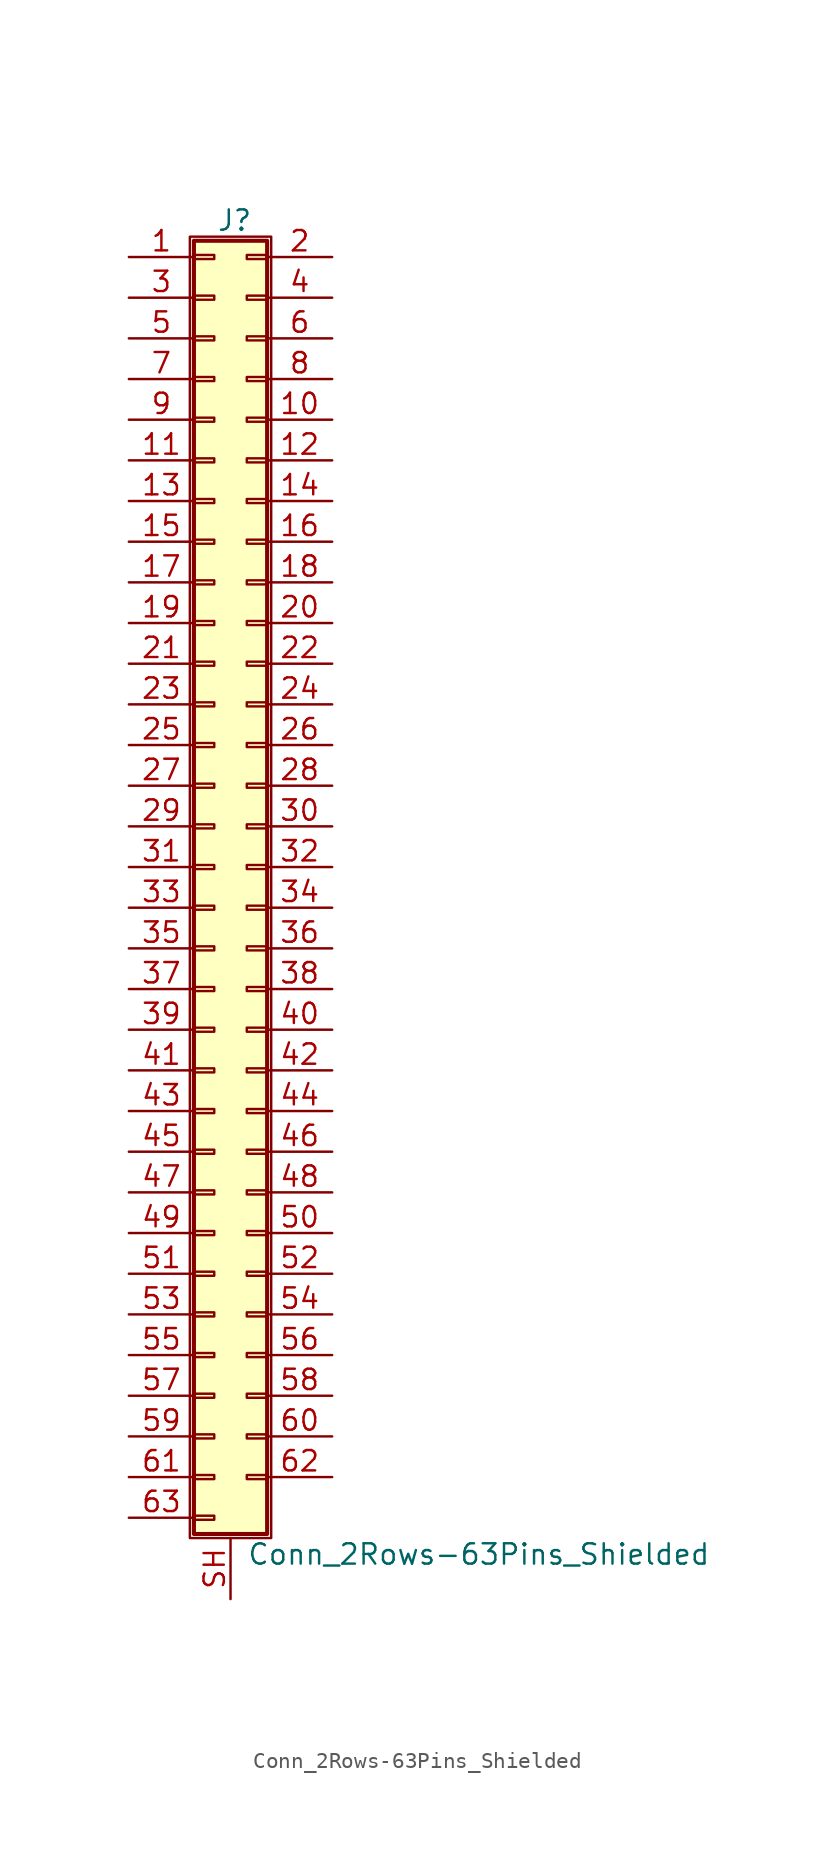
<source format=kicad_sym>
(kicad_symbol_lib
  (version 20220914)
  (generator kicad_symbol_editor)
  (symbol "Conn_2Rows-63Pins_Shielded"
    (pin_names
      (offset 1.016) hide)
    (property "Reference" "J"
      (at 1.524 40.386 0)
      (effects (font (size 1.27 1.27))))
    (property "Value" "Conn_2Rows-63Pins_Shielded"
      (at 2.286 -42.926 0)
      (effects (font (size 1.27 1.27)) (justify left)))
    (symbol "Conn_2Rows-63Pins_Shielded_1_1"
      (rectangle (start -1.27 39.37) (end 3.81 -41.91) (stroke (width 0.152) (type default)) (fill (type none)))
      (rectangle (start -1.016 -40.513) (end 0.254 -40.767) (stroke (width 0.152) (type default)) (fill (type none)))
      (rectangle (start -1.016 -37.973) (end 0.254 -38.227) (stroke (width 0.152) (type default)) (fill (type none)))
      (rectangle (start -1.016 -35.433) (end 0.254 -35.687) (stroke (width 0.152) (type default)) (fill (type none)))
      (rectangle (start -1.016 -32.893) (end 0.254 -33.147) (stroke (width 0.152) (type default)) (fill (type none)))
      (rectangle (start -1.016 -30.353) (end 0.254 -30.607) (stroke (width 0.152) (type default)) (fill (type none)))
      (rectangle (start -1.016 -27.813) (end 0.254 -28.067) (stroke (width 0.152) (type default)) (fill (type none)))
      (rectangle (start -1.016 -25.273) (end 0.254 -25.527) (stroke (width 0.152) (type default)) (fill (type none)))
      (rectangle (start -1.016 -22.733) (end 0.254 -22.987) (stroke (width 0.152) (type default)) (fill (type none)))
      (rectangle (start -1.016 -20.193) (end 0.254 -20.447) (stroke (width 0.152) (type default)) (fill (type none)))
      (rectangle (start -1.016 -17.653) (end 0.254 -17.907) (stroke (width 0.152) (type default)) (fill (type none)))
      (rectangle (start -1.016 -15.113) (end 0.254 -15.367) (stroke (width 0.152) (type default)) (fill (type none)))
      (rectangle (start -1.016 -12.573) (end 0.254 -12.827) (stroke (width 0.152) (type default)) (fill (type none)))
      (rectangle (start -1.016 -10.033) (end 0.254 -10.287) (stroke (width 0.152) (type default)) (fill (type none)))
      (rectangle (start -1.016 -7.493) (end 0.254 -7.747) (stroke (width 0.152) (type default)) (fill (type none)))
      (rectangle (start -1.016 -4.953) (end 0.254 -5.207) (stroke (width 0.152) (type default)) (fill (type none)))
      (rectangle (start -1.016 -2.413) (end 0.254 -2.667) (stroke (width 0.152) (type default)) (fill (type none)))
      (rectangle (start -1.016 0.127) (end 0.254 -0.127) (stroke (width 0.152) (type default)) (fill (type none)))
      (rectangle (start -1.016 2.667) (end 0.254 2.413) (stroke (width 0.152) (type default)) (fill (type none)))
      (rectangle (start -1.016 5.207) (end 0.254 4.953) (stroke (width 0.152) (type default)) (fill (type none)))
      (rectangle (start -1.016 7.747) (end 0.254 7.493) (stroke (width 0.152) (type default)) (fill (type none)))
      (rectangle (start -1.016 10.287) (end 0.254 10.033) (stroke (width 0.152) (type default)) (fill (type none)))
      (rectangle (start -1.016 12.827) (end 0.254 12.573) (stroke (width 0.152) (type default)) (fill (type none)))
      (rectangle (start -1.016 15.367) (end 0.254 15.113) (stroke (width 0.152) (type default)) (fill (type none)))
      (rectangle (start -1.016 17.907) (end 0.254 17.653) (stroke (width 0.152) (type default)) (fill (type none)))
      (rectangle (start -1.016 20.447) (end 0.254 20.193) (stroke (width 0.152) (type default)) (fill (type none)))
      (rectangle (start -1.016 22.987) (end 0.254 22.733) (stroke (width 0.152) (type default)) (fill (type none)))
      (rectangle (start -1.016 25.527) (end 0.254 25.273) (stroke (width 0.152) (type default)) (fill (type none)))
      (rectangle (start -1.016 28.067) (end 0.254 27.813) (stroke (width 0.152) (type default)) (fill (type none)))
      (rectangle (start -1.016 30.607) (end 0.254 30.353) (stroke (width 0.152) (type default)) (fill (type none)))
      (rectangle (start -1.016 33.147) (end 0.254 32.893) (stroke (width 0.152) (type default)) (fill (type none)))
      (rectangle (start -1.016 35.687) (end 0.254 35.433) (stroke (width 0.152) (type default)) (fill (type none)))
      (rectangle (start -1.016 38.227) (end 0.254 37.973) (stroke (width 0.152) (type default)) (fill (type none)))
      (rectangle (start -1.016 39.116) (end 3.556 -41.656) (stroke (width 0.254) (type default)) (fill (type background)))
      (rectangle (start 3.556 -37.973) (end 2.286 -38.227) (stroke (width 0.152) (type default)) (fill (type none)))
      (rectangle (start 3.556 -35.433) (end 2.286 -35.687) (stroke (width 0.152) (type default)) (fill (type none)))
      (rectangle (start 3.556 -32.893) (end 2.286 -33.147) (stroke (width 0.152) (type default)) (fill (type none)))
      (rectangle (start 3.556 -30.353) (end 2.286 -30.607) (stroke (width 0.152) (type default)) (fill (type none)))
      (rectangle (start 3.556 -27.813) (end 2.286 -28.067) (stroke (width 0.152) (type default)) (fill (type none)))
      (rectangle (start 3.556 -25.273) (end 2.286 -25.527) (stroke (width 0.152) (type default)) (fill (type none)))
      (rectangle (start 3.556 -22.733) (end 2.286 -22.987) (stroke (width 0.152) (type default)) (fill (type none)))
      (rectangle (start 3.556 -20.193) (end 2.286 -20.447) (stroke (width 0.152) (type default)) (fill (type none)))
      (rectangle (start 3.556 -17.653) (end 2.286 -17.907) (stroke (width 0.152) (type default)) (fill (type none)))
      (rectangle (start 3.556 -15.113) (end 2.286 -15.367) (stroke (width 0.152) (type default)) (fill (type none)))
      (rectangle (start 3.556 -12.573) (end 2.286 -12.827) (stroke (width 0.152) (type default)) (fill (type none)))
      (rectangle (start 3.556 -10.033) (end 2.286 -10.287) (stroke (width 0.152) (type default)) (fill (type none)))
      (rectangle (start 3.556 -7.493) (end 2.286 -7.747) (stroke (width 0.152) (type default)) (fill (type none)))
      (rectangle (start 3.556 -4.953) (end 2.286 -5.207) (stroke (width 0.152) (type default)) (fill (type none)))
      (rectangle (start 3.556 -2.413) (end 2.286 -2.667) (stroke (width 0.152) (type default)) (fill (type none)))
      (rectangle (start 3.556 0.127) (end 2.286 -0.127) (stroke (width 0.152) (type default)) (fill (type none)))
      (rectangle (start 3.556 2.667) (end 2.286 2.413) (stroke (width 0.152) (type default)) (fill (type none)))
      (rectangle (start 3.556 5.207) (end 2.286 4.953) (stroke (width 0.152) (type default)) (fill (type none)))
      (rectangle (start 3.556 7.747) (end 2.286 7.493) (stroke (width 0.152) (type default)) (fill (type none)))
      (rectangle (start 3.556 10.287) (end 2.286 10.033) (stroke (width 0.152) (type default)) (fill (type none)))
      (rectangle (start 3.556 12.827) (end 2.286 12.573) (stroke (width 0.152) (type default)) (fill (type none)))
      (rectangle (start 3.556 15.367) (end 2.286 15.113) (stroke (width 0.152) (type default)) (fill (type none)))
      (rectangle (start 3.556 17.907) (end 2.286 17.653) (stroke (width 0.152) (type default)) (fill (type none)))
      (rectangle (start 3.556 20.447) (end 2.286 20.193) (stroke (width 0.152) (type default)) (fill (type none)))
      (rectangle (start 3.556 22.987) (end 2.286 22.733) (stroke (width 0.152) (type default)) (fill (type none)))
      (rectangle (start 3.556 25.527) (end 2.286 25.273) (stroke (width 0.152) (type default)) (fill (type none)))
      (rectangle (start 3.556 28.067) (end 2.286 27.813) (stroke (width 0.152) (type default)) (fill (type none)))
      (rectangle (start 3.556 30.607) (end 2.286 30.353) (stroke (width 0.152) (type default)) (fill (type none)))
      (rectangle (start 3.556 33.147) (end 2.286 32.893) (stroke (width 0.152) (type default)) (fill (type none)))
      (rectangle (start 3.556 35.687) (end 2.286 35.433) (stroke (width 0.152) (type default)) (fill (type none)))
      (rectangle (start 3.556 38.227) (end 2.286 37.973) (stroke (width 0.152) (type default)) (fill (type none)))
      (pin passive line (at -5.08 38.1 0) (length 4.064) (name "Pin_1" (effects (font (size 1.27 1.27)))) (number "1" (effects (font (size 1.27 1.27)))))
      (pin passive line (at 7.62 27.94 180) (length 4.064) (name "Pin_10" (effects (font (size 1.27 1.27)))) (number "10" (effects (font (size 1.27 1.27)))))
      (pin passive line (at -5.08 25.4 0) (length 4.064) (name "Pin_11" (effects (font (size 1.27 1.27)))) (number "11" (effects (font (size 1.27 1.27)))))
      (pin passive line (at 7.62 25.4 180) (length 4.064) (name "Pin_12" (effects (font (size 1.27 1.27)))) (number "12" (effects (font (size 1.27 1.27)))))
      (pin passive line (at -5.08 22.86 0) (length 4.064) (name "Pin_13" (effects (font (size 1.27 1.27)))) (number "13" (effects (font (size 1.27 1.27)))))
      (pin passive line (at 7.62 22.86 180) (length 4.064) (name "Pin_14" (effects (font (size 1.27 1.27)))) (number "14" (effects (font (size 1.27 1.27)))))
      (pin passive line (at -5.08 20.32 0) (length 4.064) (name "Pin_15" (effects (font (size 1.27 1.27)))) (number "15" (effects (font (size 1.27 1.27)))))
      (pin passive line (at 7.62 20.32 180) (length 4.064) (name "Pin_16" (effects (font (size 1.27 1.27)))) (number "16" (effects (font (size 1.27 1.27)))))
      (pin passive line (at -5.08 17.78 0) (length 4.064) (name "Pin_17" (effects (font (size 1.27 1.27)))) (number "17" (effects (font (size 1.27 1.27)))))
      (pin passive line (at 7.62 17.78 180) (length 4.064) (name "Pin_18" (effects (font (size 1.27 1.27)))) (number "18" (effects (font (size 1.27 1.27)))))
      (pin passive line (at -5.08 15.24 0) (length 4.064) (name "Pin_19" (effects (font (size 1.27 1.27)))) (number "19" (effects (font (size 1.27 1.27)))))
      (pin passive line (at 7.62 38.1 180) (length 4.064) (name "Pin_2" (effects (font (size 1.27 1.27)))) (number "2" (effects (font (size 1.27 1.27)))))
      (pin passive line (at 7.62 15.24 180) (length 4.064) (name "Pin_20" (effects (font (size 1.27 1.27)))) (number "20" (effects (font (size 1.27 1.27)))))
      (pin passive line (at -5.08 12.7 0) (length 4.064) (name "Pin_21" (effects (font (size 1.27 1.27)))) (number "21" (effects (font (size 1.27 1.27)))))
      (pin passive line (at 7.62 12.7 180) (length 4.064) (name "Pin_22" (effects (font (size 1.27 1.27)))) (number "22" (effects (font (size 1.27 1.27)))))
      (pin passive line (at -5.08 10.16 0) (length 4.064) (name "Pin_23" (effects (font (size 1.27 1.27)))) (number "23" (effects (font (size 1.27 1.27)))))
      (pin passive line (at 7.62 10.16 180) (length 4.064) (name "Pin_24" (effects (font (size 1.27 1.27)))) (number "24" (effects (font (size 1.27 1.27)))))
      (pin passive line (at -5.08 7.62 0) (length 4.064) (name "Pin_25" (effects (font (size 1.27 1.27)))) (number "25" (effects (font (size 1.27 1.27)))))
      (pin passive line (at 7.62 7.62 180) (length 4.064) (name "Pin_26" (effects (font (size 1.27 1.27)))) (number "26" (effects (font (size 1.27 1.27)))))
      (pin passive line (at -5.08 5.08 0) (length 4.064) (name "Pin_27" (effects (font (size 1.27 1.27)))) (number "27" (effects (font (size 1.27 1.27)))))
      (pin passive line (at 7.62 5.08 180) (length 4.064) (name "Pin_28" (effects (font (size 1.27 1.27)))) (number "28" (effects (font (size 1.27 1.27)))))
      (pin passive line (at -5.08 2.54 0) (length 4.064) (name "Pin_29" (effects (font (size 1.27 1.27)))) (number "29" (effects (font (size 1.27 1.27)))))
      (pin passive line (at -5.08 35.56 0) (length 4.064) (name "Pin_3" (effects (font (size 1.27 1.27)))) (number "3" (effects (font (size 1.27 1.27)))))
      (pin passive line (at 7.62 2.54 180) (length 4.064) (name "Pin_30" (effects (font (size 1.27 1.27)))) (number "30" (effects (font (size 1.27 1.27)))))
      (pin passive line (at -5.08 0 0) (length 4.064) (name "Pin_31" (effects (font (size 1.27 1.27)))) (number "31" (effects (font (size 1.27 1.27)))))
      (pin passive line (at 7.62 0 180) (length 4.064) (name "Pin_32" (effects (font (size 1.27 1.27)))) (number "32" (effects (font (size 1.27 1.27)))))
      (pin passive line (at -5.08 -2.54 0) (length 4.064) (name "Pin_33" (effects (font (size 1.27 1.27)))) (number "33" (effects (font (size 1.27 1.27)))))
      (pin passive line (at 7.62 -2.54 180) (length 4.064) (name "Pin_34" (effects (font (size 1.27 1.27)))) (number "34" (effects (font (size 1.27 1.27)))))
      (pin passive line (at -5.08 -5.08 0) (length 4.064) (name "Pin_35" (effects (font (size 1.27 1.27)))) (number "35" (effects (font (size 1.27 1.27)))))
      (pin passive line (at 7.62 -5.08 180) (length 4.064) (name "Pin_36" (effects (font (size 1.27 1.27)))) (number "36" (effects (font (size 1.27 1.27)))))
      (pin passive line (at -5.08 -7.62 0) (length 4.064) (name "Pin_37" (effects (font (size 1.27 1.27)))) (number "37" (effects (font (size 1.27 1.27)))))
      (pin passive line (at 7.62 -7.62 180) (length 4.064) (name "Pin_38" (effects (font (size 1.27 1.27)))) (number "38" (effects (font (size 1.27 1.27)))))
      (pin passive line (at -5.08 -10.16 0) (length 4.064) (name "Pin_39" (effects (font (size 1.27 1.27)))) (number "39" (effects (font (size 1.27 1.27)))))
      (pin passive line (at 7.62 35.56 180) (length 4.064) (name "Pin_4" (effects (font (size 1.27 1.27)))) (number "4" (effects (font (size 1.27 1.27)))))
      (pin passive line (at 7.62 -10.16 180) (length 4.064) (name "Pin_40" (effects (font (size 1.27 1.27)))) (number "40" (effects (font (size 1.27 1.27)))))
      (pin passive line (at -5.08 -12.7 0) (length 4.064) (name "Pin_41" (effects (font (size 1.27 1.27)))) (number "41" (effects (font (size 1.27 1.27)))))
      (pin passive line (at 7.62 -12.7 180) (length 4.064) (name "Pin_42" (effects (font (size 1.27 1.27)))) (number "42" (effects (font (size 1.27 1.27)))))
      (pin passive line (at -5.08 -15.24 0) (length 4.064) (name "Pin_43" (effects (font (size 1.27 1.27)))) (number "43" (effects (font (size 1.27 1.27)))))
      (pin passive line (at 7.62 -15.24 180) (length 4.064) (name "Pin_44" (effects (font (size 1.27 1.27)))) (number "44" (effects (font (size 1.27 1.27)))))
      (pin passive line (at -5.08 -17.78 0) (length 4.064) (name "Pin_45" (effects (font (size 1.27 1.27)))) (number "45" (effects (font (size 1.27 1.27)))))
      (pin passive line (at 7.62 -17.78 180) (length 4.064) (name "Pin_46" (effects (font (size 1.27 1.27)))) (number "46" (effects (font (size 1.27 1.27)))))
      (pin passive line (at -5.08 -20.32 0) (length 4.064) (name "Pin_47" (effects (font (size 1.27 1.27)))) (number "47" (effects (font (size 1.27 1.27)))))
      (pin passive line (at 7.62 -20.32 180) (length 4.064) (name "Pin_48" (effects (font (size 1.27 1.27)))) (number "48" (effects (font (size 1.27 1.27)))))
      (pin passive line (at -5.08 -22.86 0) (length 4.064) (name "Pin_49" (effects (font (size 1.27 1.27)))) (number "49" (effects (font (size 1.27 1.27)))))
      (pin passive line (at -5.08 33.02 0) (length 4.064) (name "Pin_5" (effects (font (size 1.27 1.27)))) (number "5" (effects (font (size 1.27 1.27)))))
      (pin passive line (at 7.62 -22.86 180) (length 4.064) (name "Pin_50" (effects (font (size 1.27 1.27)))) (number "50" (effects (font (size 1.27 1.27)))))
      (pin passive line (at -5.08 -25.4 0) (length 4.064) (name "Pin_51" (effects (font (size 1.27 1.27)))) (number "51" (effects (font (size 1.27 1.27)))))
      (pin passive line (at 7.62 -25.4 180) (length 4.064) (name "Pin_52" (effects (font (size 1.27 1.27)))) (number "52" (effects (font (size 1.27 1.27)))))
      (pin passive line (at -5.08 -27.94 0) (length 4.064) (name "Pin_53" (effects (font (size 1.27 1.27)))) (number "53" (effects (font (size 1.27 1.27)))))
      (pin passive line (at 7.62 -27.94 180) (length 4.064) (name "Pin_54" (effects (font (size 1.27 1.27)))) (number "54" (effects (font (size 1.27 1.27)))))
      (pin passive line (at -5.08 -30.48 0) (length 4.064) (name "Pin_55" (effects (font (size 1.27 1.27)))) (number "55" (effects (font (size 1.27 1.27)))))
      (pin passive line (at 7.62 -30.48 180) (length 4.064) (name "Pin_56" (effects (font (size 1.27 1.27)))) (number "56" (effects (font (size 1.27 1.27)))))
      (pin passive line (at -5.08 -33.02 0) (length 4.064) (name "Pin_57" (effects (font (size 1.27 1.27)))) (number "57" (effects (font (size 1.27 1.27)))))
      (pin passive line (at 7.62 -33.02 180) (length 4.064) (name "Pin_58" (effects (font (size 1.27 1.27)))) (number "58" (effects (font (size 1.27 1.27)))))
      (pin passive line (at -5.08 -35.56 0) (length 4.064) (name "Pin_59" (effects (font (size 1.27 1.27)))) (number "59" (effects (font (size 1.27 1.27)))))
      (pin passive line (at 7.62 33.02 180) (length 4.064) (name "Pin_6" (effects (font (size 1.27 1.27)))) (number "6" (effects (font (size 1.27 1.27)))))
      (pin passive line (at 7.62 -35.56 180) (length 4.064) (name "Pin_60" (effects (font (size 1.27 1.27)))) (number "60" (effects (font (size 1.27 1.27)))))
      (pin passive line (at -5.08 -38.1 0) (length 4.064) (name "Pin_61" (effects (font (size 1.27 1.27)))) (number "61" (effects (font (size 1.27 1.27)))))
      (pin passive line (at 7.62 -38.1 180) (length 4.064) (name "Pin_62" (effects (font (size 1.27 1.27)))) (number "62" (effects (font (size 1.27 1.27)))))
      (pin passive line (at -5.08 -40.64 0) (length 4.064) (name "Pin_63" (effects (font (size 1.27 1.27)))) (number "63" (effects (font (size 1.27 1.27)))))
      (pin passive line (at -5.08 30.48 0) (length 4.064) (name "Pin_7" (effects (font (size 1.27 1.27)))) (number "7" (effects (font (size 1.27 1.27)))))
      (pin passive line (at 7.62 30.48 180) (length 4.064) (name "Pin_8" (effects (font (size 1.27 1.27)))) (number "8" (effects (font (size 1.27 1.27)))))
      (pin passive line (at -5.08 27.94 0) (length 4.064) (name "Pin_9" (effects (font (size 1.27 1.27)))) (number "9" (effects (font (size 1.27 1.27)))))
      (pin passive line (at 1.27 -45.72 90) (length 3.81) (name "Shield" (effects (font (size 1.27 1.27)))) (number "SH" (effects (font (size 1.27 1.27))))))))
</source>
